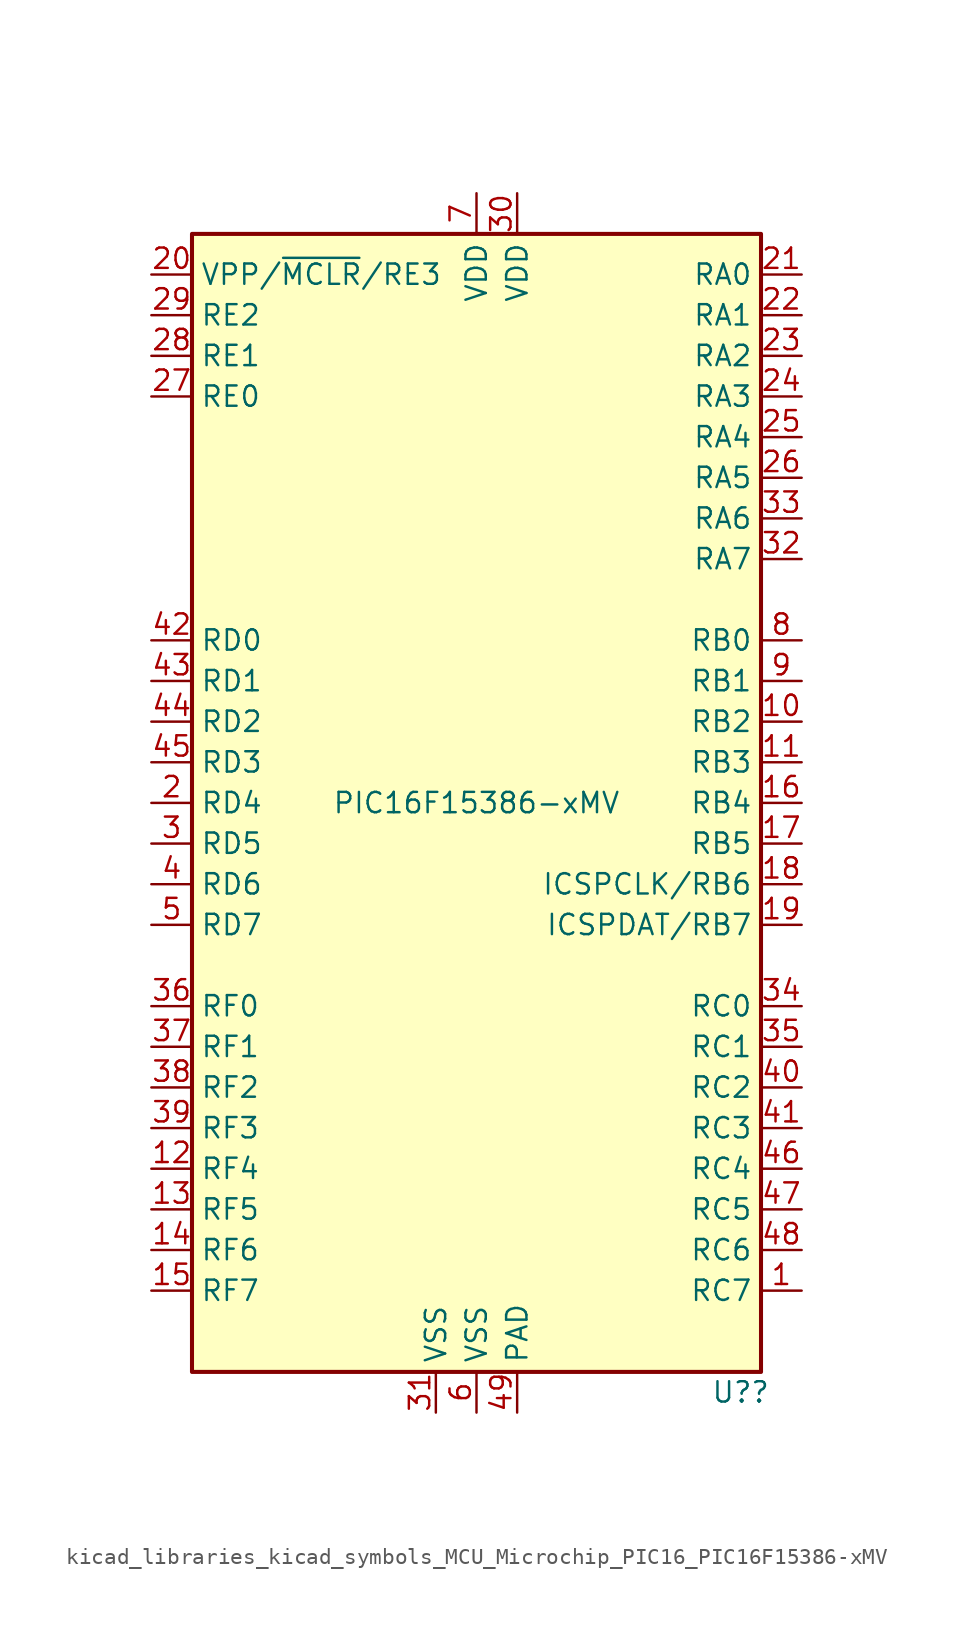
<source format=kicad_sym>
(kicad_symbol_lib
  (version 20220914)
  (generator kicad_symbol_editor)
  (symbol "kicad_libraries_kicad_symbols_MCU_Microchip_PIC16_PIC16F15386-xMV"
    (property "Reference" "U?"
      (at 16.51 -36.83 0)
      (effects (font (size 1.27 1.27))))
    (property "Value" "PIC16F15386-xMV"
      (at 0 0 0)
      (effects (font (size 1.27 1.27))))
    (symbol "kicad_libraries_kicad_symbols_MCU_Microchip_PIC16_PIC16F15386-xMV_0_0"
      (pin bidirectional line (at -20.32 -2.54 0) (length 2.54) (name "RD5" (effects (font (size 1.27 1.27)))) (number "3" (effects (font (size 1.27 1.27)))))
      (pin bidirectional line (at -20.32 -5.08 0) (length 2.54) (name "RD6" (effects (font (size 1.27 1.27)))) (number "4" (effects (font (size 1.27 1.27)))))
      (pin power_in line (at 2.54 -38.1 90) (length 2.54) (name "PAD" (effects (font (size 1.27 1.27)))) (number "49" (effects (font (size 1.27 1.27))))))
    (symbol "kicad_libraries_kicad_symbols_MCU_Microchip_PIC16_PIC16F15386-xMV_0_1"
      (rectangle (start -17.78 35.56) (end 17.78 -35.56) (stroke (width 0.254) (type default)) (fill (type background))))
    (symbol "kicad_libraries_kicad_symbols_MCU_Microchip_PIC16_PIC16F15386-xMV_1_1"
      (pin bidirectional line (at 20.32 -30.48 180) (length 2.54) (name "RC7" (effects (font (size 1.27 1.27)))) (number "1" (effects (font (size 1.27 1.27)))))
      (pin bidirectional line (at 20.32 5.08 180) (length 2.54) (name "RB2" (effects (font (size 1.27 1.27)))) (number "10" (effects (font (size 1.27 1.27)))))
      (pin bidirectional line (at 20.32 2.54 180) (length 2.54) (name "RB3" (effects (font (size 1.27 1.27)))) (number "11" (effects (font (size 1.27 1.27)))))
      (pin bidirectional line (at -20.32 -22.86 0) (length 2.54) (name "RF4" (effects (font (size 1.27 1.27)))) (number "12" (effects (font (size 1.27 1.27)))))
      (pin bidirectional line (at -20.32 -25.4 0) (length 2.54) (name "RF5" (effects (font (size 1.27 1.27)))) (number "13" (effects (font (size 1.27 1.27)))))
      (pin bidirectional line (at -20.32 -27.94 0) (length 2.54) (name "RF6" (effects (font (size 1.27 1.27)))) (number "14" (effects (font (size 1.27 1.27)))))
      (pin bidirectional line (at -20.32 -30.48 0) (length 2.54) (name "RF7" (effects (font (size 1.27 1.27)))) (number "15" (effects (font (size 1.27 1.27)))))
      (pin bidirectional line (at 20.32 0 180) (length 2.54) (name "RB4" (effects (font (size 1.27 1.27)))) (number "16" (effects (font (size 1.27 1.27)))))
      (pin bidirectional line (at 20.32 -2.54 180) (length 2.54) (name "RB5" (effects (font (size 1.27 1.27)))) (number "17" (effects (font (size 1.27 1.27)))))
      (pin bidirectional line (at 20.32 -5.08 180) (length 2.54) (name "ICSPCLK/RB6" (effects (font (size 1.27 1.27)))) (number "18" (effects (font (size 1.27 1.27)))))
      (pin bidirectional line (at 20.32 -7.62 180) (length 2.54) (name "ICSPDAT/RB7" (effects (font (size 1.27 1.27)))) (number "19" (effects (font (size 1.27 1.27)))))
      (pin bidirectional line (at -20.32 0 0) (length 2.54) (name "RD4" (effects (font (size 1.27 1.27)))) (number "2" (effects (font (size 1.27 1.27)))))
      (pin bidirectional line (at -20.32 33.02 0) (length 2.54) (name "VPP/~{MCLR}/RE3" (effects (font (size 1.27 1.27)))) (number "20" (effects (font (size 1.27 1.27)))))
      (pin bidirectional line (at 20.32 33.02 180) (length 2.54) (name "RA0" (effects (font (size 1.27 1.27)))) (number "21" (effects (font (size 1.27 1.27)))))
      (pin bidirectional line (at 20.32 30.48 180) (length 2.54) (name "RA1" (effects (font (size 1.27 1.27)))) (number "22" (effects (font (size 1.27 1.27)))))
      (pin bidirectional line (at 20.32 27.94 180) (length 2.54) (name "RA2" (effects (font (size 1.27 1.27)))) (number "23" (effects (font (size 1.27 1.27)))))
      (pin bidirectional line (at 20.32 25.4 180) (length 2.54) (name "RA3" (effects (font (size 1.27 1.27)))) (number "24" (effects (font (size 1.27 1.27)))))
      (pin bidirectional line (at 20.32 22.86 180) (length 2.54) (name "RA4" (effects (font (size 1.27 1.27)))) (number "25" (effects (font (size 1.27 1.27)))))
      (pin bidirectional line (at 20.32 20.32 180) (length 2.54) (name "RA5" (effects (font (size 1.27 1.27)))) (number "26" (effects (font (size 1.27 1.27)))))
      (pin bidirectional line (at -20.32 25.4 0) (length 2.54) (name "RE0" (effects (font (size 1.27 1.27)))) (number "27" (effects (font (size 1.27 1.27)))))
      (pin bidirectional line (at -20.32 27.94 0) (length 2.54) (name "RE1" (effects (font (size 1.27 1.27)))) (number "28" (effects (font (size 1.27 1.27)))))
      (pin bidirectional line (at -20.32 30.48 0) (length 2.54) (name "RE2" (effects (font (size 1.27 1.27)))) (number "29" (effects (font (size 1.27 1.27)))))
      (pin power_in line (at 2.54 38.1 270) (length 2.54) (name "VDD" (effects (font (size 1.27 1.27)))) (number "30" (effects (font (size 1.27 1.27)))))
      (pin power_in line (at -2.54 -38.1 90) (length 2.54) (name "VSS" (effects (font (size 1.27 1.27)))) (number "31" (effects (font (size 1.27 1.27)))))
      (pin bidirectional line (at 20.32 15.24 180) (length 2.54) (name "RA7" (effects (font (size 1.27 1.27)))) (number "32" (effects (font (size 1.27 1.27)))))
      (pin bidirectional line (at 20.32 17.78 180) (length 2.54) (name "RA6" (effects (font (size 1.27 1.27)))) (number "33" (effects (font (size 1.27 1.27)))))
      (pin bidirectional line (at 20.32 -12.7 180) (length 2.54) (name "RC0" (effects (font (size 1.27 1.27)))) (number "34" (effects (font (size 1.27 1.27)))))
      (pin bidirectional line (at 20.32 -15.24 180) (length 2.54) (name "RC1" (effects (font (size 1.27 1.27)))) (number "35" (effects (font (size 1.27 1.27)))))
      (pin bidirectional line (at -20.32 -12.7 0) (length 2.54) (name "RF0" (effects (font (size 1.27 1.27)))) (number "36" (effects (font (size 1.27 1.27)))))
      (pin bidirectional line (at -20.32 -15.24 0) (length 2.54) (name "RF1" (effects (font (size 1.27 1.27)))) (number "37" (effects (font (size 1.27 1.27)))))
      (pin bidirectional line (at -20.32 -17.78 0) (length 2.54) (name "RF2" (effects (font (size 1.27 1.27)))) (number "38" (effects (font (size 1.27 1.27)))))
      (pin bidirectional line (at -20.32 -20.32 0) (length 2.54) (name "RF3" (effects (font (size 1.27 1.27)))) (number "39" (effects (font (size 1.27 1.27)))))
      (pin bidirectional line (at 20.32 -17.78 180) (length 2.54) (name "RC2" (effects (font (size 1.27 1.27)))) (number "40" (effects (font (size 1.27 1.27)))))
      (pin bidirectional line (at 20.32 -20.32 180) (length 2.54) (name "RC3" (effects (font (size 1.27 1.27)))) (number "41" (effects (font (size 1.27 1.27)))))
      (pin bidirectional line (at -20.32 10.16 0) (length 2.54) (name "RD0" (effects (font (size 1.27 1.27)))) (number "42" (effects (font (size 1.27 1.27)))))
      (pin bidirectional line (at -20.32 7.62 0) (length 2.54) (name "RD1" (effects (font (size 1.27 1.27)))) (number "43" (effects (font (size 1.27 1.27)))))
      (pin bidirectional line (at -20.32 5.08 0) (length 2.54) (name "RD2" (effects (font (size 1.27 1.27)))) (number "44" (effects (font (size 1.27 1.27)))))
      (pin bidirectional line (at -20.32 2.54 0) (length 2.54) (name "RD3" (effects (font (size 1.27 1.27)))) (number "45" (effects (font (size 1.27 1.27)))))
      (pin bidirectional line (at 20.32 -22.86 180) (length 2.54) (name "RC4" (effects (font (size 1.27 1.27)))) (number "46" (effects (font (size 1.27 1.27)))))
      (pin bidirectional line (at 20.32 -25.4 180) (length 2.54) (name "RC5" (effects (font (size 1.27 1.27)))) (number "47" (effects (font (size 1.27 1.27)))))
      (pin bidirectional line (at 20.32 -27.94 180) (length 2.54) (name "RC6" (effects (font (size 1.27 1.27)))) (number "48" (effects (font (size 1.27 1.27)))))
      (pin bidirectional line (at -20.32 -7.62 0) (length 2.54) (name "RD7" (effects (font (size 1.27 1.27)))) (number "5" (effects (font (size 1.27 1.27)))))
      (pin power_in line (at 0 -38.1 90) (length 2.54) (name "VSS" (effects (font (size 1.27 1.27)))) (number "6" (effects (font (size 1.27 1.27)))))
      (pin power_in line (at 0 38.1 270) (length 2.54) (name "VDD" (effects (font (size 1.27 1.27)))) (number "7" (effects (font (size 1.27 1.27)))))
      (pin bidirectional line (at 20.32 10.16 180) (length 2.54) (name "RB0" (effects (font (size 1.27 1.27)))) (number "8" (effects (font (size 1.27 1.27)))))
      (pin bidirectional line (at 20.32 7.62 180) (length 2.54) (name "RB1" (effects (font (size 1.27 1.27)))) (number "9" (effects (font (size 1.27 1.27))))))))
</source>
